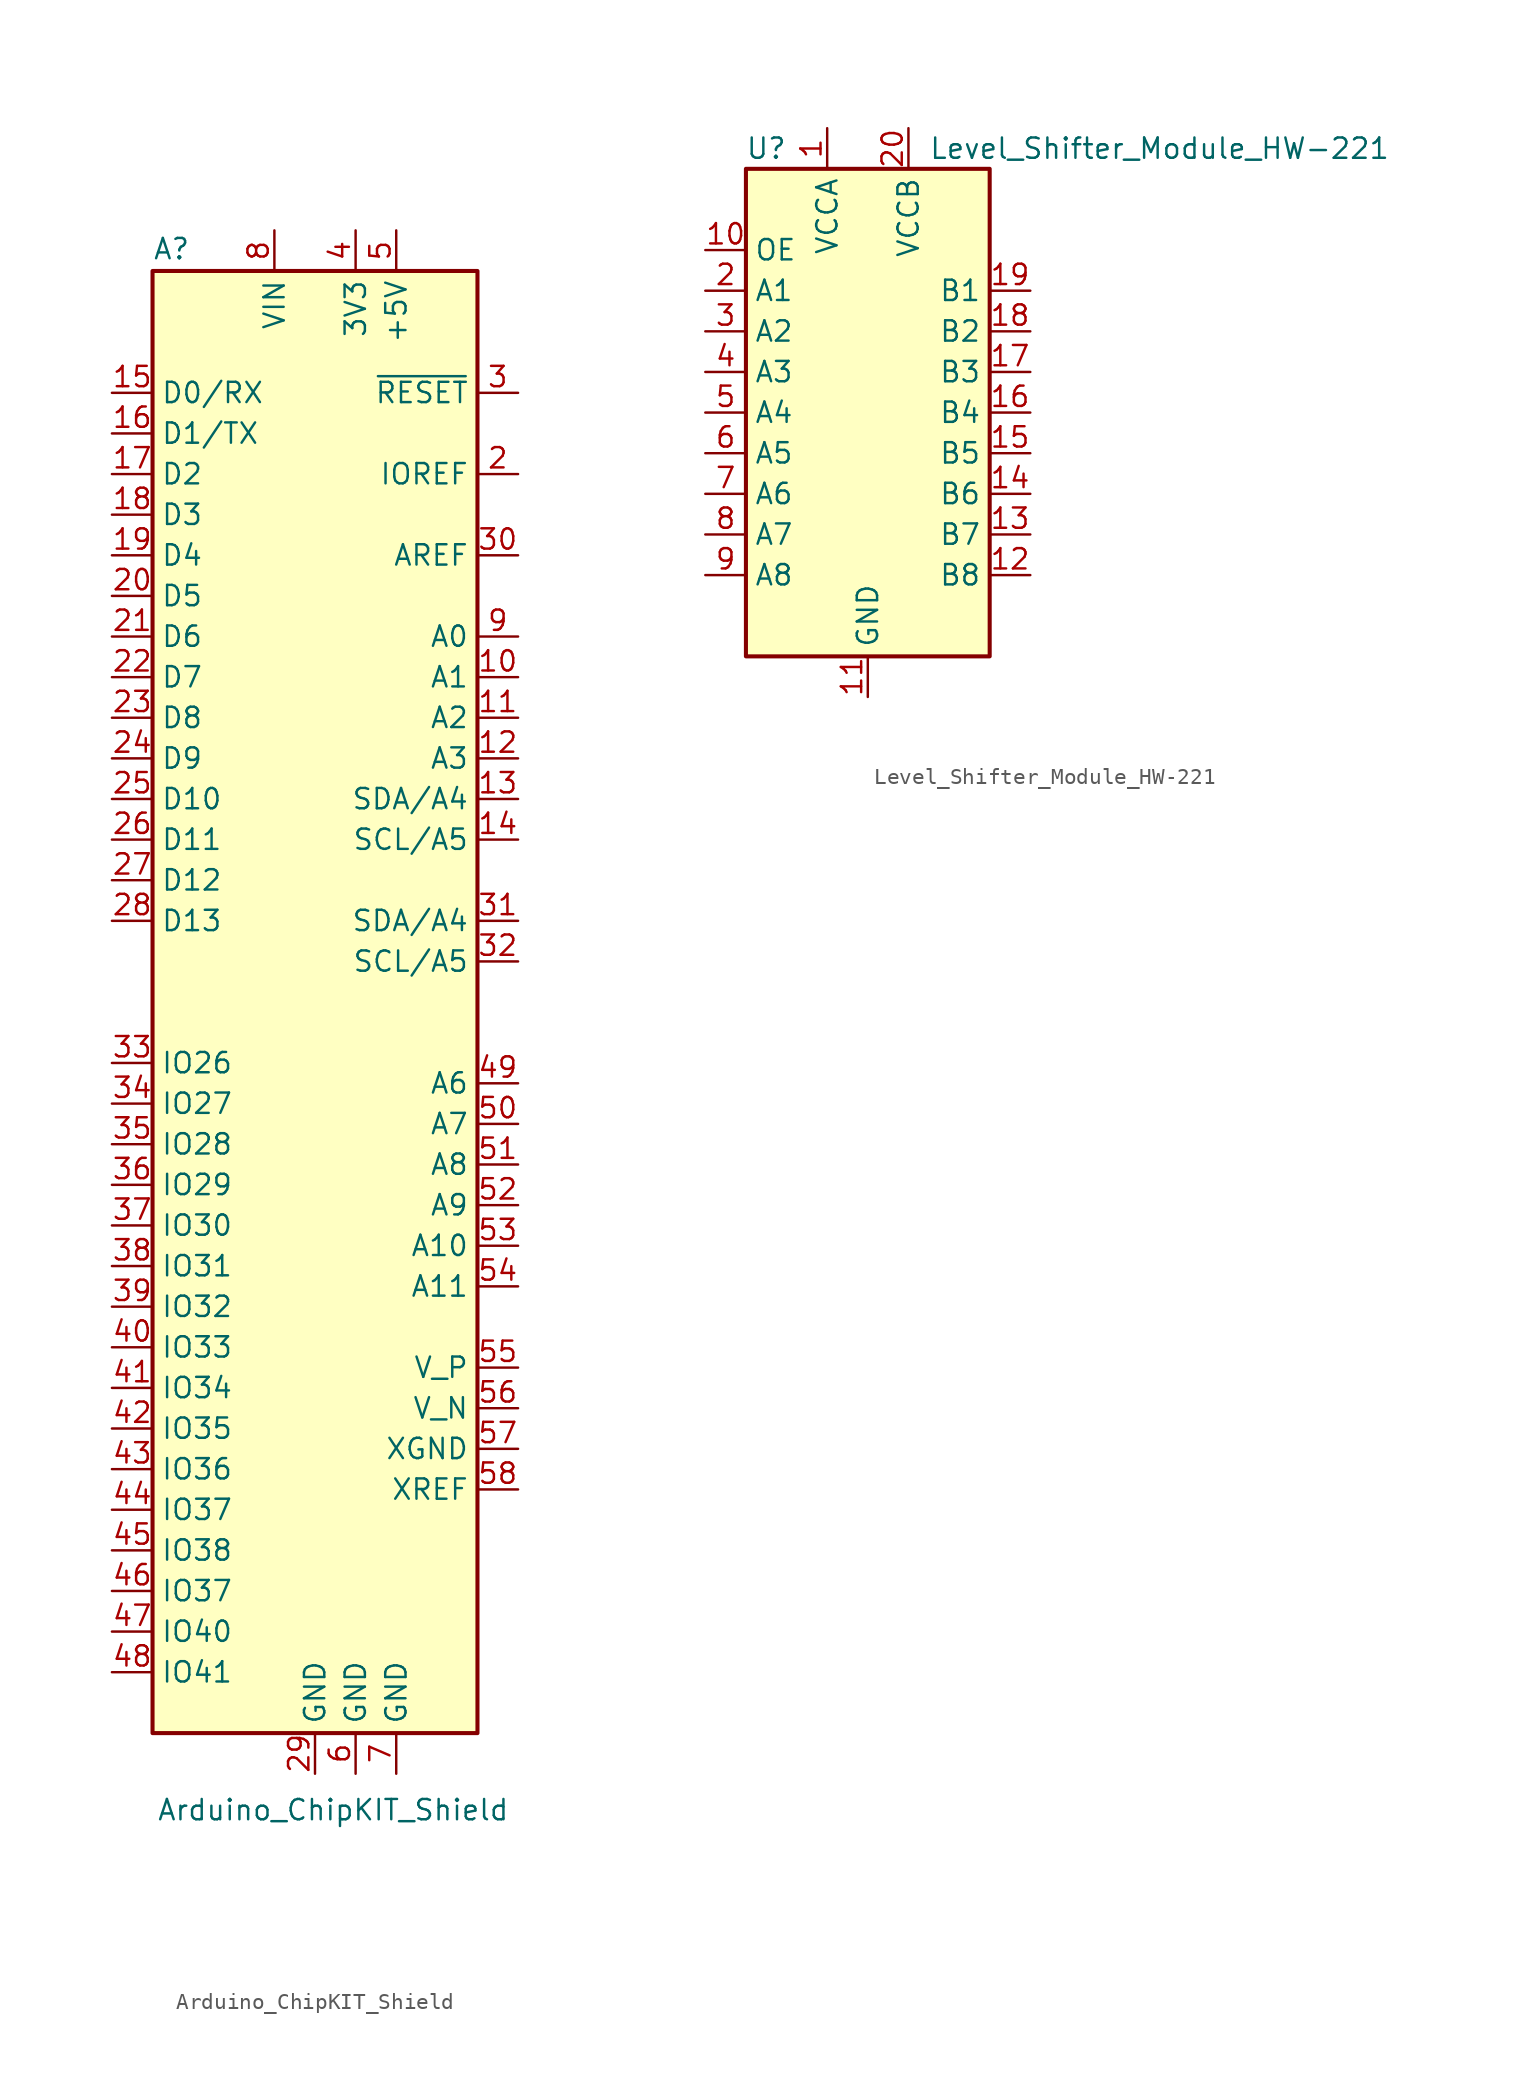
<source format=kicad_sym>
(kicad_symbol_lib
  (version 20241209)
  (generator "kicad_symbol_editor")
  (generator_version "9.0")
  (symbol "Arduino_ChipKIT_Shield"
    (property "Reference" "A"
      (at -10.16 23.495 0)
      (effects (font (size 1.27 1.27)) (justify left bottom)))
    (property "Value" "Arduino_ChipKIT_Shield"
      (at -9.906 -72.644 0)
      (effects (font (size 1.27 1.27)) (justify left top)))
    (symbol "Arduino_ChipKIT_Shield_0_1"
      (rectangle (start -10.16 22.86) (end 10.16 -68.58) (stroke (width 0.254) (type default)) (fill (type background))))
    (symbol "Arduino_ChipKIT_Shield_1_1"
      (pin bidirectional line (at -12.7 15.24 0) (length 2.54) (name "D0/RX" (effects (font (size 1.27 1.27)))) (number "15" (effects (font (size 1.27 1.27)))))
      (pin bidirectional line (at -12.7 12.7 0) (length 2.54) (name "D1/TX" (effects (font (size 1.27 1.27)))) (number "16" (effects (font (size 1.27 1.27)))))
      (pin bidirectional line (at -12.7 10.16 0) (length 2.54) (name "D2" (effects (font (size 1.27 1.27)))) (number "17" (effects (font (size 1.27 1.27)))))
      (pin bidirectional line (at -12.7 7.62 0) (length 2.54) (name "D3" (effects (font (size 1.27 1.27)))) (number "18" (effects (font (size 1.27 1.27)))))
      (pin bidirectional line (at -12.7 5.08 0) (length 2.54) (name "D4" (effects (font (size 1.27 1.27)))) (number "19" (effects (font (size 1.27 1.27)))))
      (pin bidirectional line (at -12.7 2.54 0) (length 2.54) (name "D5" (effects (font (size 1.27 1.27)))) (number "20" (effects (font (size 1.27 1.27)))))
      (pin bidirectional line (at -12.7 0 0) (length 2.54) (name "D6" (effects (font (size 1.27 1.27)))) (number "21" (effects (font (size 1.27 1.27)))))
      (pin bidirectional line (at -12.7 -2.54 0) (length 2.54) (name "D7" (effects (font (size 1.27 1.27)))) (number "22" (effects (font (size 1.27 1.27)))))
      (pin bidirectional line (at -12.7 -5.08 0) (length 2.54) (name "D8" (effects (font (size 1.27 1.27)))) (number "23" (effects (font (size 1.27 1.27)))))
      (pin bidirectional line (at -12.7 -7.62 0) (length 2.54) (name "D9" (effects (font (size 1.27 1.27)))) (number "24" (effects (font (size 1.27 1.27)))))
      (pin bidirectional line (at -12.7 -10.16 0) (length 2.54) (name "D10" (effects (font (size 1.27 1.27)))) (number "25" (effects (font (size 1.27 1.27)))))
      (pin bidirectional line (at -12.7 -12.7 0) (length 2.54) (name "D11" (effects (font (size 1.27 1.27)))) (number "26" (effects (font (size 1.27 1.27)))))
      (pin bidirectional line (at -12.7 -15.24 0) (length 2.54) (name "D12" (effects (font (size 1.27 1.27)))) (number "27" (effects (font (size 1.27 1.27)))))
      (pin bidirectional line (at -12.7 -17.78 0) (length 2.54) (name "D13" (effects (font (size 1.27 1.27)))) (number "28" (effects (font (size 1.27 1.27)))))
      (pin bidirectional line (at -12.7 -26.67 0) (length 2.54) (name "IO26" (effects (font (size 1.27 1.27)))) (number "33" (effects (font (size 1.27 1.27)))))
      (pin bidirectional line (at -12.7 -29.21 0) (length 2.54) (name "IO27" (effects (font (size 1.27 1.27)))) (number "34" (effects (font (size 1.27 1.27)))))
      (pin bidirectional line (at -12.7 -31.75 0) (length 2.54) (name "IO28" (effects (font (size 1.27 1.27)))) (number "35" (effects (font (size 1.27 1.27)))))
      (pin bidirectional line (at -12.7 -34.29 0) (length 2.54) (name "IO29" (effects (font (size 1.27 1.27)))) (number "36" (effects (font (size 1.27 1.27)))))
      (pin bidirectional line (at -12.7 -36.83 0) (length 2.54) (name "IO30" (effects (font (size 1.27 1.27)))) (number "37" (effects (font (size 1.27 1.27)))))
      (pin bidirectional line (at -12.7 -39.37 0) (length 2.54) (name "IO31" (effects (font (size 1.27 1.27)))) (number "38" (effects (font (size 1.27 1.27)))))
      (pin bidirectional line (at -12.7 -41.91 0) (length 2.54) (name "IO32" (effects (font (size 1.27 1.27)))) (number "39" (effects (font (size 1.27 1.27)))))
      (pin bidirectional line (at -12.7 -44.45 0) (length 2.54) (name "IO33" (effects (font (size 1.27 1.27)))) (number "40" (effects (font (size 1.27 1.27)))))
      (pin bidirectional line (at -12.7 -46.99 0) (length 2.54) (name "IO34" (effects (font (size 1.27 1.27)))) (number "41" (effects (font (size 1.27 1.27)))))
      (pin bidirectional line (at -12.7 -49.53 0) (length 2.54) (name "IO35" (effects (font (size 1.27 1.27)))) (number "42" (effects (font (size 1.27 1.27)))))
      (pin bidirectional line (at -12.7 -52.07 0) (length 2.54) (name "IO36" (effects (font (size 1.27 1.27)))) (number "43" (effects (font (size 1.27 1.27)))))
      (pin bidirectional line (at -12.7 -54.61 0) (length 2.54) (name "IO37" (effects (font (size 1.27 1.27)))) (number "44" (effects (font (size 1.27 1.27)))))
      (pin bidirectional line (at -12.7 -57.15 0) (length 2.54) (name "IO38" (effects (font (size 1.27 1.27)))) (number "45" (effects (font (size 1.27 1.27)))))
      (pin bidirectional line (at -12.7 -59.69 0) (length 2.54) (name "IO37" (effects (font (size 1.27 1.27)))) (number "46" (effects (font (size 1.27 1.27)))))
      (pin bidirectional line (at -12.7 -62.23 0) (length 2.54) (name "IO40" (effects (font (size 1.27 1.27)))) (number "47" (effects (font (size 1.27 1.27)))))
      (pin bidirectional line (at -12.7 -64.77 0) (length 2.54) (name "IO41" (effects (font (size 1.27 1.27)))) (number "48" (effects (font (size 1.27 1.27)))))
      (pin no_connect line (at -10.16 -20.32 0) (length 2.54) (hide yes) (name "NC" (effects (font (size 1.27 1.27)))) (number "1" (effects (font (size 1.27 1.27)))))
      (pin power_in line (at -2.54 25.4 270) (length 2.54) (name "VIN" (effects (font (size 1.27 1.27)))) (number "8" (effects (font (size 1.27 1.27)))))
      (pin power_in line (at 0 -71.12 90) (length 2.54) (name "GND" (effects (font (size 1.27 1.27)))) (number "29" (effects (font (size 1.27 1.27)))))
      (pin power_out line (at 2.54 25.4 270) (length 2.54) (name "3V3" (effects (font (size 1.27 1.27)))) (number "4" (effects (font (size 1.27 1.27)))))
      (pin power_in line (at 2.54 -71.12 90) (length 2.54) (name "GND" (effects (font (size 1.27 1.27)))) (number "6" (effects (font (size 1.27 1.27)))))
      (pin power_out line (at 5.08 25.4 270) (length 2.54) (name "+5V" (effects (font (size 1.27 1.27)))) (number "5" (effects (font (size 1.27 1.27)))))
      (pin power_in line (at 5.08 -71.12 90) (length 2.54) (name "GND" (effects (font (size 1.27 1.27)))) (number "7" (effects (font (size 1.27 1.27)))))
      (pin input line (at 12.7 15.24 180) (length 2.54) (name "~{RESET}" (effects (font (size 1.27 1.27)))) (number "3" (effects (font (size 1.27 1.27)))))
      (pin output line (at 12.7 10.16 180) (length 2.54) (name "IOREF" (effects (font (size 1.27 1.27)))) (number "2" (effects (font (size 1.27 1.27)))))
      (pin input line (at 12.7 5.08 180) (length 2.54) (name "AREF" (effects (font (size 1.27 1.27)))) (number "30" (effects (font (size 1.27 1.27)))))
      (pin bidirectional line (at 12.7 0 180) (length 2.54) (name "A0" (effects (font (size 1.27 1.27)))) (number "9" (effects (font (size 1.27 1.27)))))
      (pin bidirectional line (at 12.7 -2.54 180) (length 2.54) (name "A1" (effects (font (size 1.27 1.27)))) (number "10" (effects (font (size 1.27 1.27)))))
      (pin bidirectional line (at 12.7 -5.08 180) (length 2.54) (name "A2" (effects (font (size 1.27 1.27)))) (number "11" (effects (font (size 1.27 1.27)))))
      (pin bidirectional line (at 12.7 -7.62 180) (length 2.54) (name "A3" (effects (font (size 1.27 1.27)))) (number "12" (effects (font (size 1.27 1.27)))))
      (pin bidirectional line (at 12.7 -10.16 180) (length 2.54) (name "SDA/A4" (effects (font (size 1.27 1.27)))) (number "13" (effects (font (size 1.27 1.27)))))
      (pin bidirectional line (at 12.7 -12.7 180) (length 2.54) (name "SCL/A5" (effects (font (size 1.27 1.27)))) (number "14" (effects (font (size 1.27 1.27)))))
      (pin bidirectional line (at 12.7 -17.78 180) (length 2.54) (name "SDA/A4" (effects (font (size 1.27 1.27)))) (number "31" (effects (font (size 1.27 1.27)))))
      (pin bidirectional line (at 12.7 -20.32 180) (length 2.54) (name "SCL/A5" (effects (font (size 1.27 1.27)))) (number "32" (effects (font (size 1.27 1.27)))))
      (pin bidirectional line (at 12.7 -27.94 180) (length 2.54) (name "A6" (effects (font (size 1.27 1.27)))) (number "49" (effects (font (size 1.27 1.27)))))
      (pin bidirectional line (at 12.7 -30.48 180) (length 2.54) (name "A7" (effects (font (size 1.27 1.27)))) (number "50" (effects (font (size 1.27 1.27)))))
      (pin bidirectional line (at 12.7 -33.02 180) (length 2.54) (name "A8" (effects (font (size 1.27 1.27)))) (number "51" (effects (font (size 1.27 1.27)))))
      (pin bidirectional line (at 12.7 -35.56 180) (length 2.54) (name "A9" (effects (font (size 1.27 1.27)))) (number "52" (effects (font (size 1.27 1.27)))))
      (pin bidirectional line (at 12.7 -38.1 180) (length 2.54) (name "A10" (effects (font (size 1.27 1.27)))) (number "53" (effects (font (size 1.27 1.27)))))
      (pin bidirectional line (at 12.7 -40.64 180) (length 2.54) (name "A11" (effects (font (size 1.27 1.27)))) (number "54" (effects (font (size 1.27 1.27)))))
      (pin bidirectional line (at 12.7 -45.72 180) (length 2.54) (name "V_P" (effects (font (size 1.27 1.27)))) (number "55" (effects (font (size 1.27 1.27)))))
      (pin bidirectional line (at 12.7 -48.26 180) (length 2.54) (name "V_N" (effects (font (size 1.27 1.27)))) (number "56" (effects (font (size 1.27 1.27)))))
      (pin bidirectional line (at 12.7 -50.8 180) (length 2.54) (name "XGND" (effects (font (size 1.27 1.27)))) (number "57" (effects (font (size 1.27 1.27)))))
      (pin bidirectional line (at 12.7 -53.34 180) (length 2.54) (name "XREF" (effects (font (size 1.27 1.27)))) (number "58" (effects (font (size 1.27 1.27)))))))
  (symbol "Level_Shifter_Module_HW-221"
    (property "Reference" "U"
      (at -6.35 16.51 0)
      (effects (font (size 1.27 1.27))))
    (property "Value" "Level_Shifter_Module_HW-221"
      (at 3.81 16.51 0)
      (effects (font (size 1.27 1.27)) (justify left)))
    (symbol "Level_Shifter_Module_HW-221_0_1"
      (rectangle (start -7.62 15.24) (end 7.62 -15.24) (stroke (width 0.254) (type default)) (fill (type background))))
    (symbol "Level_Shifter_Module_HW-221_1_1"
      (pin input line (at -10.16 10.16 0) (length 2.54) (name "OE" (effects (font (size 1.27 1.27)))) (number "10" (effects (font (size 1.27 1.27)))))
      (pin bidirectional line (at -10.16 7.62 0) (length 2.54) (name "A1" (effects (font (size 1.27 1.27)))) (number "2" (effects (font (size 1.27 1.27)))))
      (pin bidirectional line (at -10.16 5.08 0) (length 2.54) (name "A2" (effects (font (size 1.27 1.27)))) (number "3" (effects (font (size 1.27 1.27)))))
      (pin bidirectional line (at -10.16 2.54 0) (length 2.54) (name "A3" (effects (font (size 1.27 1.27)))) (number "4" (effects (font (size 1.27 1.27)))))
      (pin bidirectional line (at -10.16 0 0) (length 2.54) (name "A4" (effects (font (size 1.27 1.27)))) (number "5" (effects (font (size 1.27 1.27)))))
      (pin bidirectional line (at -10.16 -2.54 0) (length 2.54) (name "A5" (effects (font (size 1.27 1.27)))) (number "6" (effects (font (size 1.27 1.27)))))
      (pin bidirectional line (at -10.16 -5.08 0) (length 2.54) (name "A6" (effects (font (size 1.27 1.27)))) (number "7" (effects (font (size 1.27 1.27)))))
      (pin bidirectional line (at -10.16 -7.62 0) (length 2.54) (name "A7" (effects (font (size 1.27 1.27)))) (number "8" (effects (font (size 1.27 1.27)))))
      (pin bidirectional line (at -10.16 -10.16 0) (length 2.54) (name "A8" (effects (font (size 1.27 1.27)))) (number "9" (effects (font (size 1.27 1.27)))))
      (pin power_in line (at -2.54 17.78 270) (length 2.54) (name "VCCA" (effects (font (size 1.27 1.27)))) (number "1" (effects (font (size 1.27 1.27)))))
      (pin power_in line (at 0 -17.78 90) (length 2.54) (name "GND" (effects (font (size 1.27 1.27)))) (number "11" (effects (font (size 1.27 1.27)))))
      (pin power_in line (at 2.54 17.78 270) (length 2.54) (name "VCCB" (effects (font (size 1.27 1.27)))) (number "20" (effects (font (size 1.27 1.27)))))
      (pin bidirectional line (at 10.16 7.62 180) (length 2.54) (name "B1" (effects (font (size 1.27 1.27)))) (number "19" (effects (font (size 1.27 1.27)))))
      (pin bidirectional line (at 10.16 5.08 180) (length 2.54) (name "B2" (effects (font (size 1.27 1.27)))) (number "18" (effects (font (size 1.27 1.27)))))
      (pin bidirectional line (at 10.16 2.54 180) (length 2.54) (name "B3" (effects (font (size 1.27 1.27)))) (number "17" (effects (font (size 1.27 1.27)))))
      (pin bidirectional line (at 10.16 0 180) (length 2.54) (name "B4" (effects (font (size 1.27 1.27)))) (number "16" (effects (font (size 1.27 1.27)))))
      (pin bidirectional line (at 10.16 -2.54 180) (length 2.54) (name "B5" (effects (font (size 1.27 1.27)))) (number "15" (effects (font (size 1.27 1.27)))))
      (pin bidirectional line (at 10.16 -5.08 180) (length 2.54) (name "B6" (effects (font (size 1.27 1.27)))) (number "14" (effects (font (size 1.27 1.27)))))
      (pin bidirectional line (at 10.16 -7.62 180) (length 2.54) (name "B7" (effects (font (size 1.27 1.27)))) (number "13" (effects (font (size 1.27 1.27)))))
      (pin bidirectional line (at 10.16 -10.16 180) (length 2.54) (name "B8" (effects (font (size 1.27 1.27)))) (number "12" (effects (font (size 1.27 1.27))))))))
</source>
